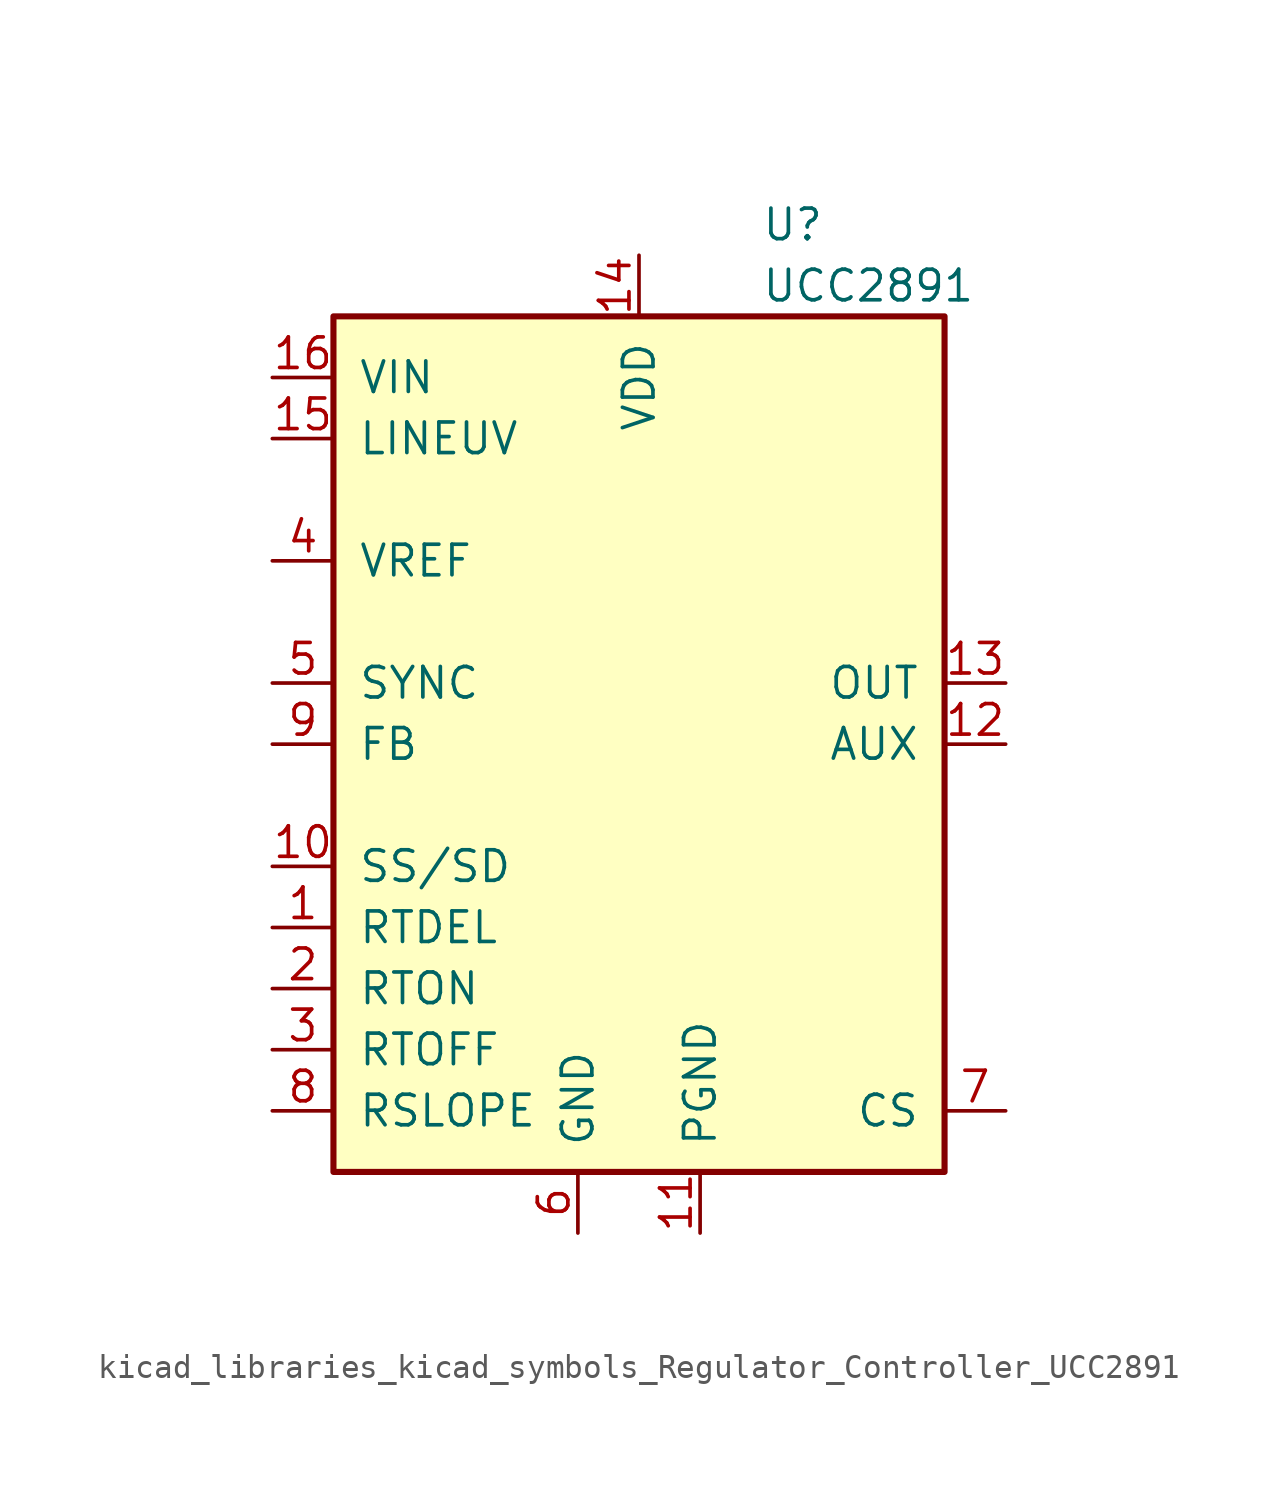
<source format=kicad_sym>
(kicad_symbol_lib
  (version 20220914)
  (generator kicad_symbol_editor)
  (symbol "kicad_libraries_kicad_symbols_Regulator_Controller_UCC2891"
    (pin_names
      (offset 1.016))
    (property "Reference" "U"
      (at 5.08 21.59 0)
      (effects (font (size 1.27 1.27)) (justify left)))
    (property "Value" "UCC2891"
      (at 5.08 19.05 0)
      (effects (font (size 1.27 1.27)) (justify left)))
    (symbol "kicad_libraries_kicad_symbols_Regulator_Controller_UCC2891_0_1"
      (rectangle (start -12.7 -17.78) (end 12.7 17.78) (stroke (width 0.254) (type default)) (fill (type background))))
    (symbol "kicad_libraries_kicad_symbols_Regulator_Controller_UCC2891_1_1"
      (pin passive line (at -15.24 -7.62 0) (length 2.54) (name "RTDEL" (effects (font (size 1.27 1.27)))) (number "1" (effects (font (size 1.27 1.27)))))
      (pin passive line (at -15.24 -5.08 0) (length 2.54) (name "SS/SD" (effects (font (size 1.27 1.27)))) (number "10" (effects (font (size 1.27 1.27)))))
      (pin power_in line (at 2.54 -20.32 90) (length 2.54) (name "PGND" (effects (font (size 1.27 1.27)))) (number "11" (effects (font (size 1.27 1.27)))))
      (pin output line (at 15.24 0 180) (length 2.54) (name "AUX" (effects (font (size 1.27 1.27)))) (number "12" (effects (font (size 1.27 1.27)))))
      (pin output line (at 15.24 2.54 180) (length 2.54) (name "OUT" (effects (font (size 1.27 1.27)))) (number "13" (effects (font (size 1.27 1.27)))))
      (pin power_in line (at 0 20.32 270) (length 2.54) (name "VDD" (effects (font (size 1.27 1.27)))) (number "14" (effects (font (size 1.27 1.27)))))
      (pin passive line (at -15.24 12.7 0) (length 2.54) (name "LINEUV" (effects (font (size 1.27 1.27)))) (number "15" (effects (font (size 1.27 1.27)))))
      (pin input line (at -15.24 15.24 0) (length 2.54) (name "VIN" (effects (font (size 1.27 1.27)))) (number "16" (effects (font (size 1.27 1.27)))))
      (pin passive line (at -15.24 -10.16 0) (length 2.54) (name "RTON" (effects (font (size 1.27 1.27)))) (number "2" (effects (font (size 1.27 1.27)))))
      (pin passive line (at -15.24 -12.7 0) (length 2.54) (name "RTOFF" (effects (font (size 1.27 1.27)))) (number "3" (effects (font (size 1.27 1.27)))))
      (pin output line (at -15.24 7.62 0) (length 2.54) (name "VREF" (effects (font (size 1.27 1.27)))) (number "4" (effects (font (size 1.27 1.27)))))
      (pin input line (at -15.24 2.54 0) (length 2.54) (name "SYNC" (effects (font (size 1.27 1.27)))) (number "5" (effects (font (size 1.27 1.27)))))
      (pin power_in line (at -2.54 -20.32 90) (length 2.54) (name "GND" (effects (font (size 1.27 1.27)))) (number "6" (effects (font (size 1.27 1.27)))))
      (pin input line (at 15.24 -15.24 180) (length 2.54) (name "CS" (effects (font (size 1.27 1.27)))) (number "7" (effects (font (size 1.27 1.27)))))
      (pin passive line (at -15.24 -15.24 0) (length 2.54) (name "RSLOPE" (effects (font (size 1.27 1.27)))) (number "8" (effects (font (size 1.27 1.27)))))
      (pin input line (at -15.24 0 0) (length 2.54) (name "FB" (effects (font (size 1.27 1.27)))) (number "9" (effects (font (size 1.27 1.27))))))))
</source>
